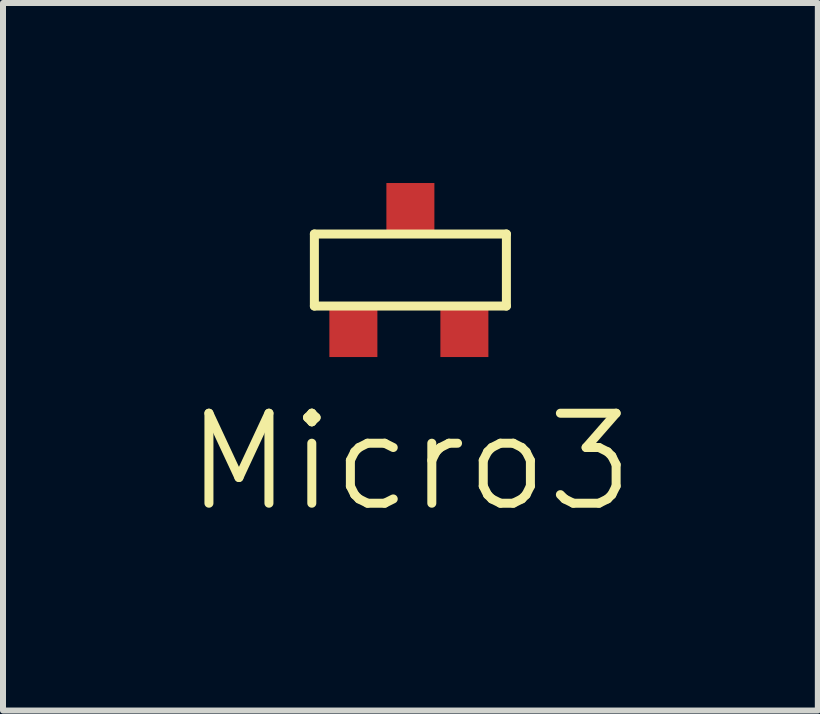
<source format=kicad_pcb>
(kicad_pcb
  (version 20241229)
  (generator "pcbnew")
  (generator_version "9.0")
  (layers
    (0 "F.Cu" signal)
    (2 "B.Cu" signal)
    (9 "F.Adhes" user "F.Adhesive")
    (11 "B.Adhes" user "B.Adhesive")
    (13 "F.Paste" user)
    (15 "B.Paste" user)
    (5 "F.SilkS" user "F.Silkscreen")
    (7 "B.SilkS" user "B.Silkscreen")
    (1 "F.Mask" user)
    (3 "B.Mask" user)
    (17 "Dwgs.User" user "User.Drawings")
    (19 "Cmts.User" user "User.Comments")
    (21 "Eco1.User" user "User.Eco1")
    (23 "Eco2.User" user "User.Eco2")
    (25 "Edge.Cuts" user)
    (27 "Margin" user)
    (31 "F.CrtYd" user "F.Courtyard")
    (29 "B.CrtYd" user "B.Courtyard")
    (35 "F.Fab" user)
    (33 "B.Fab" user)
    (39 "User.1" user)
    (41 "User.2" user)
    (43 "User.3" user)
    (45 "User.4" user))
  (footprint "Micro3"
    (layer "F.Cu")
    (at 3.789 0.45)
    (property "Reference" "Micro3" (at 0 4.2 0) (layer "F.SilkS") (effects (font (size 1.5 1.5) (thickness 0.15))))
    (attr through_hole)
    (fp_line (start -1.6 0.4) (end 1.6 0.4) (stroke (width 0.15) (type solid)) (layer "F.SilkS"))
    (fp_line (start -1.6 1.6) (end -1.6 0.4) (stroke (width 0.15) (type solid)) (layer "F.SilkS"))
    (fp_line (start 1.6 0.4) (end 1.6 1.6) (stroke (width 0.15) (type solid)) (layer "F.SilkS"))
    (fp_line (start 1.6 1.6) (end -1.6 1.6) (stroke (width 0.15) (type solid)) (layer "F.SilkS"))
    (pad "1" smd rect (at -0.95 2) (size 0.8 0.9) (layers "F.Cu" "F.Mask" "F.Paste"))
    (pad "2" smd rect (at 0.9 2) (size 0.8 0.9) (layers "F.Cu" "F.Mask" "F.Paste"))
    (pad "3" smd rect (at 0 0) (size 0.8 0.9) (layers "F.Cu" "F.Mask" "F.Paste")))
  (gr_rect
    (start -3 -3)
    (end 10.579 8.791)
    (stroke (width 0.1) (type default))
    (fill no)
    (layer "Edge.Cuts")))
</source>
